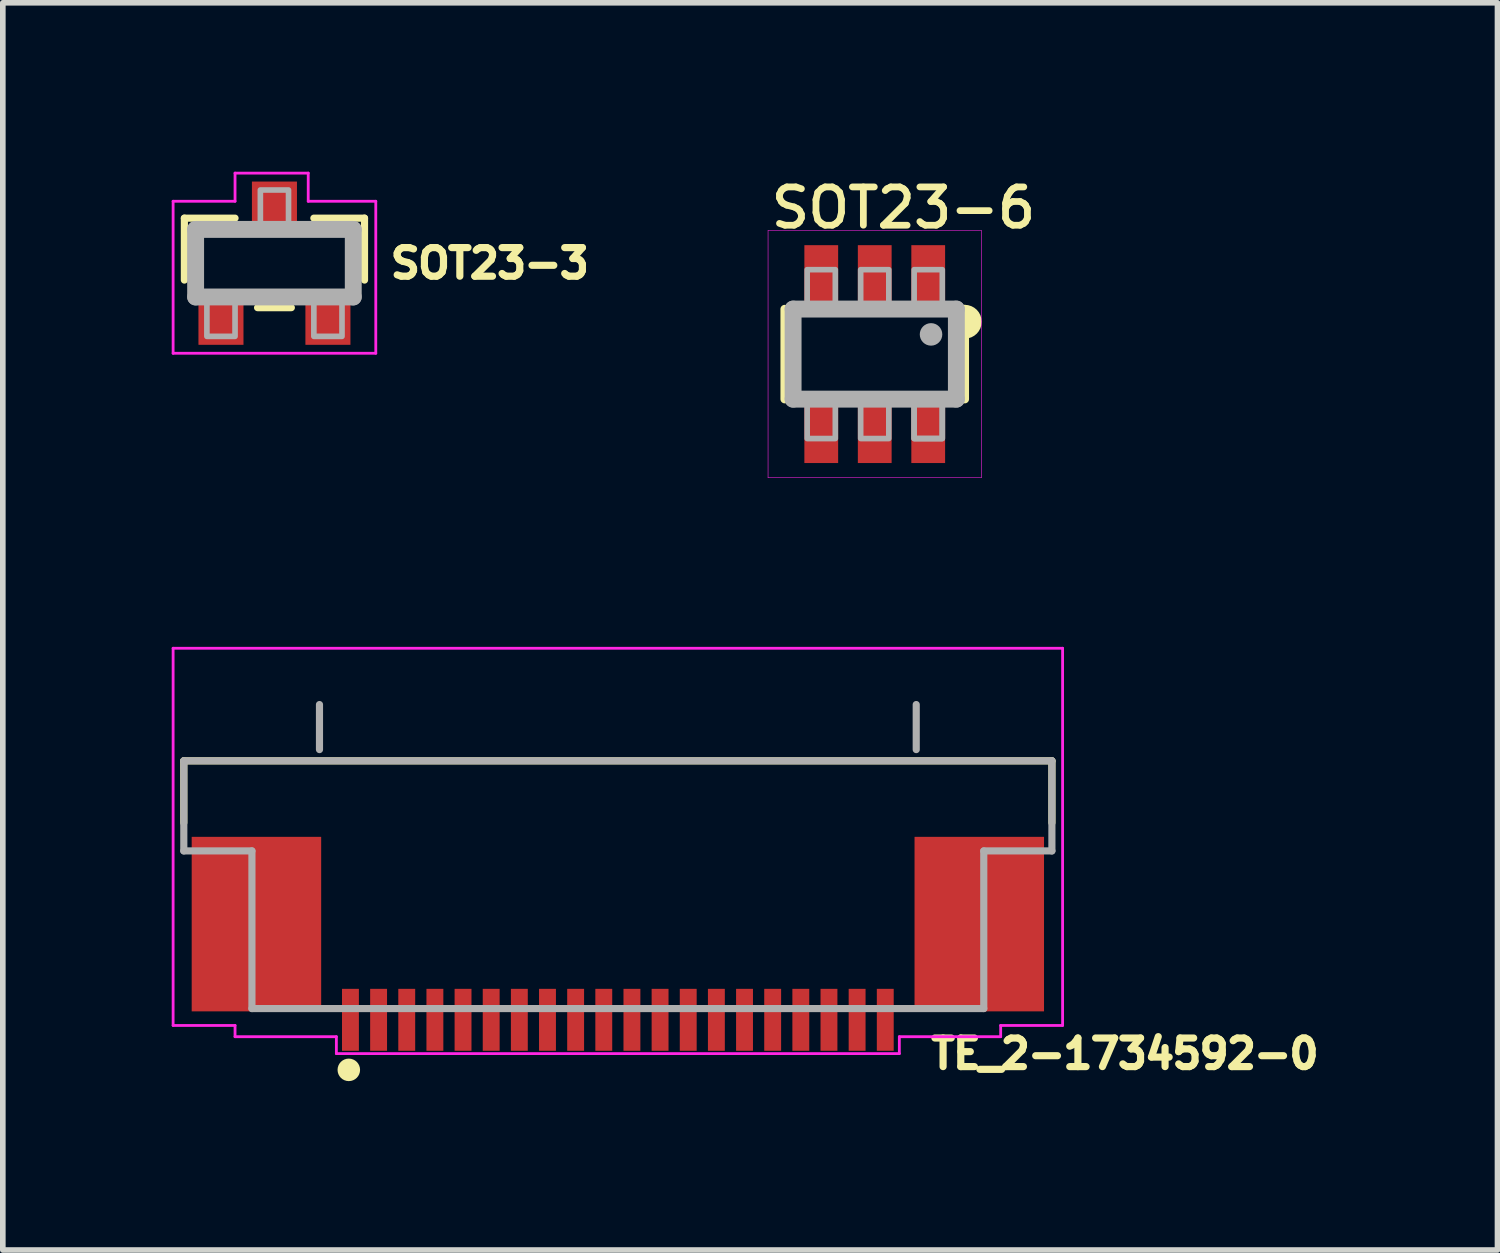
<source format=kicad_pcb>
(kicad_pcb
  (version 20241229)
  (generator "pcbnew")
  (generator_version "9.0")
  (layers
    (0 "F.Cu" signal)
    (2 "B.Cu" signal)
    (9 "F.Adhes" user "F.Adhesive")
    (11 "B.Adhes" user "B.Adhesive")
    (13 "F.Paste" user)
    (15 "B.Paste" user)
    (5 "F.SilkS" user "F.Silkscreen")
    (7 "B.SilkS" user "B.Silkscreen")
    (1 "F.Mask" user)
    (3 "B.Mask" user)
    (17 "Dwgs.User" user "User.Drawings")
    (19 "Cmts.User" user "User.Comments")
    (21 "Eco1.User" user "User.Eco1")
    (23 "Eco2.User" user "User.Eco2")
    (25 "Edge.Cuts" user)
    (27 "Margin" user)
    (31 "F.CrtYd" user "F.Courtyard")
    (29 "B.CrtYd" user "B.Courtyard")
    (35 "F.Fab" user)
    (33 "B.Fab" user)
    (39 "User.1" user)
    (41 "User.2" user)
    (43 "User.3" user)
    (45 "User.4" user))
  (footprint "SOT23-6"
    (layer "F.Cu")
    (at 12.488 3.24)
    (property "Reference" "SOT23-6" (at -1.9 -2.2 0) (layer "F.SilkS") (effects (font (size 0.68 0.68) (thickness 0.12)) (justify left bottom)))
    (fp_poly (pts (xy -1.32 -0.755) (xy -0.58 -0.755) (xy -0.58 -1.945) (xy -1.32 -1.945)) (stroke (width 0) (type default)) (fill yes) (layer "F.Mask"))
    (fp_poly (pts (xy -1.32 1.945) (xy -0.58 1.945) (xy -0.58 0.755) (xy -1.32 0.755)) (stroke (width 0) (type default)) (fill yes) (layer "F.Mask"))
    (fp_poly (pts (xy -0.37 -0.755) (xy 0.37 -0.755) (xy 0.37 -1.945) (xy -0.37 -1.945)) (stroke (width 0) (type default)) (fill yes) (layer "F.Mask"))
    (fp_poly (pts (xy -0.37 1.945) (xy 0.37 1.945) (xy 0.37 0.755) (xy -0.37 0.755)) (stroke (width 0) (type default)) (fill yes) (layer "F.Mask"))
    (fp_poly (pts (xy 0.58 -0.755) (xy 1.32 -0.755) (xy 1.32 -1.945) (xy 0.58 -1.945)) (stroke (width 0) (type default)) (fill yes) (layer "F.Mask"))
    (fp_poly (pts (xy 0.58 1.945) (xy 1.32 1.945) (xy 1.32 0.755) (xy 0.58 0.755)) (stroke (width 0) (type default)) (fill yes) (layer "F.Mask"))
    (fp_line (start -1.6 0.8) (end -1.6 -0.8) (stroke (width 0.15) (type solid)) (layer "F.SilkS"))
    (fp_line (start 1.6 -0.8) (end 1.6 -0.725) (stroke (width 0.15) (type solid)) (layer "F.SilkS"))
    (fp_line (start 1.6 -0.725) (end 1.6 -0.425) (stroke (width 0.15) (type solid)) (layer "F.SilkS"))
    (fp_line (start 1.6 -0.425) (end 1.6 0.8) (stroke (width 0.15) (type solid)) (layer "F.SilkS"))
    (fp_arc (start 1.6 -0.725) (mid 1.75 -0.575) (end 1.6 -0.425) (stroke (width 0.3) (type solid)) (layer "F.SilkS"))
    (fp_poly (pts (xy -1.225 -0.85) (xy -0.675 -0.85) (xy -0.675 -1.85) (xy -1.225 -1.85)) (stroke (width 0) (type default)) (fill yes) (layer "F.Paste"))
    (fp_poly (pts (xy -1.225 1.85) (xy -0.675 1.85) (xy -0.675 0.85) (xy -1.225 0.85)) (stroke (width 0) (type default)) (fill yes) (layer "F.Paste"))
    (fp_poly (pts (xy -0.275 -0.85) (xy 0.275 -0.85) (xy 0.275 -1.85) (xy -0.275 -1.85)) (stroke (width 0) (type default)) (fill yes) (layer "F.Paste"))
    (fp_poly (pts (xy -0.275 1.85) (xy 0.275 1.85) (xy 0.275 0.85) (xy -0.275 0.85)) (stroke (width 0) (type default)) (fill yes) (layer "F.Paste"))
    (fp_poly (pts (xy 0.675 -0.85) (xy 1.225 -0.85) (xy 1.225 -1.85) (xy 0.675 -1.85)) (stroke (width 0) (type default)) (fill yes) (layer "F.Paste"))
    (fp_poly (pts (xy 0.675 1.85) (xy 1.225 1.85) (xy 1.225 0.85) (xy 0.675 0.85)) (stroke (width 0) (type default)) (fill yes) (layer "F.Paste"))
    (fp_line (start -1.895 -2.195) (end -1.895 2.195) (stroke (width 0.01) (type solid)) (layer "F.CrtYd"))
    (fp_line (start -1.895 2.195) (end 1.895 2.195) (stroke (width 0.01) (type solid)) (layer "F.CrtYd"))
    (fp_line (start 1.895 -2.195) (end -1.895 -2.195) (stroke (width 0.01) (type solid)) (layer "F.CrtYd"))
    (fp_line (start 1.895 2.195) (end 1.895 -2.195) (stroke (width 0.01) (type solid)) (layer "F.CrtYd"))
    (fp_line (start -1.45 -0.8) (end 1.45 -0.8) (stroke (width 0.3) (type solid)) (layer "F.Fab"))
    (fp_line (start -1.45 0.8) (end -1.45 -0.8) (stroke (width 0.3) (type solid)) (layer "F.Fab"))
    (fp_line (start 1.45 -0.8) (end 1.45 0.8) (stroke (width 0.3) (type solid)) (layer "F.Fab"))
    (fp_line (start 1.45 0.8) (end -1.45 0.8) (stroke (width 0.3) (type solid)) (layer "F.Fab"))
    (fp_circle (center 1 -0.35) (end 1.1 -0.35) (stroke (width 0.2) (type solid)) (fill no) (layer "F.Fab"))
    (fp_poly (pts (xy -1.2 -0.8) (xy -0.7 -0.8) (xy -0.7 -1.5) (xy -1.2 -1.5)) (stroke (width 0.1) (type default)) (fill no) (layer "F.Fab"))
    (fp_poly (pts (xy -1.2 1.5) (xy -0.7 1.5) (xy -0.7 0.8) (xy -1.2 0.8)) (stroke (width 0.1) (type default)) (fill no) (layer "F.Fab"))
    (fp_poly (pts (xy -0.25 -0.8) (xy 0.25 -0.8) (xy 0.25 -1.5) (xy -0.25 -1.5)) (stroke (width 0.1) (type default)) (fill no) (layer "F.Fab"))
    (fp_poly (pts (xy -0.25 1.5) (xy 0.25 1.5) (xy 0.25 0.8) (xy -0.25 0.8)) (stroke (width 0.1) (type default)) (fill no) (layer "F.Fab"))
    (fp_poly (pts (xy 0.7 -0.8) (xy 1.2 -0.8) (xy 1.2 -1.5) (xy 0.7 -1.5)) (stroke (width 0.1) (type default)) (fill no) (layer "F.Fab"))
    (fp_poly (pts (xy 0.7 1.5) (xy 1.2 1.5) (xy 1.2 0.8) (xy 0.7 0.8)) (stroke (width 0.1) (type default)) (fill no) (layer "F.Fab"))
    (fp_poly (pts (xy 0.7 1.5) (xy 1.2 1.5) (xy 1.2 0.8) (xy 0.7 0.8)) (stroke (width 0.1) (type default)) (fill no) (layer "F.Fab"))
    (pad "1" smd rect (at 0.95 -1.31) (size 0.6 1.25) (layers "F.Cu"))
    (pad "2" smd rect (at 0 -1.31) (size 0.6 1.25) (layers "F.Cu"))
    (pad "3" smd rect (at -0.95 -1.31) (size 0.6 1.25) (layers "F.Cu"))
    (pad "4" smd rect (at -0.95 1.31) (size 0.6 1.25) (layers "F.Cu"))
    (pad "5" smd rect (at 0 1.31) (size 0.6 1.25) (layers "F.Cu"))
    (pad "6" smd rect (at 0.95 1.31 180) (size 0.6 1.25) (layers "F.Cu")))
  (footprint "SOT23-3"
    (layer "F.Cu")
    (at 1.825 1.625)
    (property "Reference" "SOT23-3" (at 2 0.3 0) (layer "F.SilkS") (effects (font (size 0.508 0.508) (thickness 0.127)) (justify left bottom)))
    (fp_poly (pts (xy -1.45 1.545) (xy -0.455 1.545) (xy -0.455 0.455) (xy -1.45 0.455)) (stroke (width 0) (type default)) (fill yes) (layer "F.Mask"))
    (fp_poly (pts (xy -0.5 -0.455) (xy 0.5 -0.455) (xy 0.5 -1.55) (xy -0.5 -1.55)) (stroke (width 0) (type default)) (fill yes) (layer "F.Mask"))
    (fp_poly (pts (xy 0.455 1.545) (xy 1.455 1.545) (xy 1.455 0.445) (xy 0.455 0.445)) (stroke (width 0) (type default)) (fill yes) (layer "F.Mask"))
    (fp_line (start -1.6 -0.8) (end -0.7 -0.8) (stroke (width 0.127) (type solid)) (layer "F.SilkS"))
    (fp_line (start -1.6 0.3) (end -1.6 -0.8) (stroke (width 0.127) (type solid)) (layer "F.SilkS"))
    (fp_line (start -0.3 0.79) (end 0.3 0.79) (stroke (width 0.127) (type solid)) (layer "F.SilkS"))
    (fp_line (start 1.6 -0.8) (end 0.7 -0.8) (stroke (width 0.127) (type solid)) (layer "F.SilkS"))
    (fp_line (start 1.6 0.3) (end 1.6 -0.8) (stroke (width 0.127) (type solid)) (layer "F.SilkS"))
    (fp_line (start -1.8 -1.1) (end -1.8 1.6) (stroke (width 0.05) (type solid)) (layer "F.CrtYd"))
    (fp_line (start -1.8 1.6) (end 1.8 1.6) (stroke (width 0.05) (type solid)) (layer "F.CrtYd"))
    (fp_line (start -0.7 -1.6) (end -0.7 -1.1) (stroke (width 0.05) (type solid)) (layer "F.CrtYd"))
    (fp_line (start -0.7 -1.1) (end -1.8 -1.1) (stroke (width 0.05) (type solid)) (layer "F.CrtYd"))
    (fp_line (start 0.6 -1.6) (end -0.7 -1.6) (stroke (width 0.05) (type solid)) (layer "F.CrtYd"))
    (fp_line (start 0.6 -1.1) (end 0.6 -1.6) (stroke (width 0.05) (type solid)) (layer "F.CrtYd"))
    (fp_line (start 1.8 -1.1) (end 0.6 -1.1) (stroke (width 0.05) (type solid)) (layer "F.CrtYd"))
    (fp_line (start 1.8 1.6) (end 1.8 -1.1) (stroke (width 0.05) (type solid)) (layer "F.CrtYd"))
    (fp_line (start -1.4 -0.6) (end -1.4 0.6) (stroke (width 0.3) (type solid)) (layer "F.Fab"))
    (fp_line (start -1.4 0.6) (end 1.4 0.6) (stroke (width 0.3) (type solid)) (layer "F.Fab"))
    (fp_line (start 1.4 -0.6) (end -1.4 -0.6) (stroke (width 0.3) (type solid)) (layer "F.Fab"))
    (fp_line (start 1.4 0.6) (end 1.4 -0.6) (stroke (width 0.3) (type solid)) (layer "F.Fab"))
    (fp_poly (pts (xy -1.2 1.3) (xy -0.7 1.3) (xy -0.7 0.65) (xy -1.2 0.65)) (stroke (width 0.1) (type default)) (fill no) (layer "F.Fab"))
    (fp_poly (pts (xy -0.25 -0.65) (xy 0.25 -0.65) (xy 0.25 -1.3) (xy -0.25 -1.3)) (stroke (width 0.1) (type default)) (fill no) (layer "F.Fab"))
    (fp_poly (pts (xy 0.7 1.3) (xy 1.2 1.3) (xy 1.2 0.65) (xy 0.7 0.65)) (stroke (width 0.1) (type default)) (fill no) (layer "F.Fab"))
    (pad "1" smd rect (at -0.95 1) (size 0.8 0.9) (layers "F.Cu" "F.Paste"))
    (pad "2" smd rect (at 0.95 1) (size 0.8 0.9) (layers "F.Cu" "F.Paste"))
    (pad "3" smd rect (at 0 -1) (size 0.8 0.9) (layers "F.Cu" "F.Paste")))
  (footprint "TE_2-1734592-0"
    (layer "F.Cu")
    (at 7.925 13.365)
    (property "Reference" "TE_2-1734592-0" (at 5.5 2.6 0) (layer "F.SilkS") (effects (font (size 0.508 0.508) (thickness 0.127)) (justify left bottom)))
    (fp_line (start -7.71 -2.9) (end -7.71 -1.8) (stroke (width 0.127) (type solid)) (layer "F.SilkS"))
    (fp_line (start 7.71 -2.9) (end -7.71 -2.9) (stroke (width 0.127) (type solid)) (layer "F.SilkS"))
    (fp_line (start 7.71 -1.8) (end 7.71 -2.9) (stroke (width 0.127) (type solid)) (layer "F.SilkS"))
    (fp_circle (center -4.779 2.589) (end -4.679 2.589) (stroke (width 0.2) (type solid)) (fill no) (layer "F.SilkS"))
    (fp_poly (pts (xy -7.2 1.1) (xy -5.6 1.1) (xy -5.6 -1.1) (xy -7.2 -1.1)) (stroke (width 0) (type default)) (fill yes) (layer "F.Paste"))
    (fp_poly (pts (xy 5.7 1.1) (xy 7.3 1.1) (xy 7.3 -1.1) (xy 5.7 -1.1)) (stroke (width 0) (type default)) (fill yes) (layer "F.Paste"))
    (fp_line (start -7.9 -4.9) (end -7.9 1.8) (stroke (width 0.05) (type solid)) (layer "F.CrtYd"))
    (fp_line (start -6.8 1.8) (end -7.9 1.8) (stroke (width 0.05) (type solid)) (layer "F.CrtYd"))
    (fp_line (start -6.8 2) (end -6.8 1.8) (stroke (width 0.05) (type solid)) (layer "F.CrtYd"))
    (fp_line (start -5 2) (end -6.8 2) (stroke (width 0.05) (type solid)) (layer "F.CrtYd"))
    (fp_line (start -5 2.3) (end -5 2) (stroke (width 0.05) (type solid)) (layer "F.CrtYd"))
    (fp_line (start -5 2.3) (end 5 2.3) (stroke (width 0.05) (type solid)) (layer "F.CrtYd"))
    (fp_line (start 5 2) (end 5 2.3) (stroke (width 0.05) (type solid)) (layer "F.CrtYd"))
    (fp_line (start 6.8 1.8) (end 6.8 2) (stroke (width 0.05) (type solid)) (layer "F.CrtYd"))
    (fp_line (start 6.8 2) (end 5 2) (stroke (width 0.05) (type solid)) (layer "F.CrtYd"))
    (fp_line (start 7.9 -4.9) (end -7.9 -4.9) (stroke (width 0.05) (type solid)) (layer "F.CrtYd"))
    (fp_line (start 7.9 1.8) (end 6.8 1.8) (stroke (width 0.05) (type solid)) (layer "F.CrtYd"))
    (fp_line (start 7.9 1.8) (end 7.9 -4.9) (stroke (width 0.05) (type solid)) (layer "F.CrtYd"))
    (fp_line (start -7.71 -1.3) (end -7.71 -2.9) (stroke (width 0.127) (type solid)) (layer "F.Fab"))
    (fp_line (start -6.5 -1.3) (end -7.71 -1.3) (stroke (width 0.127) (type solid)) (layer "F.Fab"))
    (fp_line (start -6.5 1.5) (end -6.5 -1.3) (stroke (width 0.127) (type solid)) (layer "F.Fab"))
    (fp_line (start -5.3 -3.1) (end -5.3 -3.9) (stroke (width 0.127) (type solid)) (layer "F.Fab"))
    (fp_line (start 5.3 -3.1) (end 5.3 -3.9) (stroke (width 0.127) (type solid)) (layer "F.Fab"))
    (fp_line (start 6.5 -1.3) (end 7.71 -1.3) (stroke (width 0.127) (type solid)) (layer "F.Fab"))
    (fp_line (start 6.5 1.5) (end -6.5 1.5) (stroke (width 0.127) (type solid)) (layer "F.Fab"))
    (fp_line (start 6.5 1.5) (end 6.5 -1.3) (stroke (width 0.127) (type solid)) (layer "F.Fab"))
    (fp_line (start 7.71 -2.9) (end -7.71 -2.9) (stroke (width 0.127) (type solid)) (layer "F.Fab"))
    (fp_line (start 7.71 -1.3) (end 7.71 -2.9) (stroke (width 0.127) (type solid)) (layer "F.Fab"))
    (pad "1" smd rect (at -4.75 1.7 90) (size 1.1 0.3) (layers "F.Cu" "F.Mask" "F.Paste"))
    (pad "2" smd rect (at -4.25 1.7 90) (size 1.1 0.3) (layers "F.Cu" "F.Mask" "F.Paste"))
    (pad "3" smd rect (at -3.75 1.7 90) (size 1.1 0.3) (layers "F.Cu" "F.Mask" "F.Paste"))
    (pad "4" smd rect (at -3.25 1.7 90) (size 1.1 0.3) (layers "F.Cu" "F.Mask" "F.Paste"))
    (pad "5" smd rect (at -2.75 1.7 90) (size 1.1 0.3) (layers "F.Cu" "F.Mask" "F.Paste"))
    (pad "6" smd rect (at -2.25 1.7 90) (size 1.1 0.3) (layers "F.Cu" "F.Mask" "F.Paste"))
    (pad "7" smd rect (at -1.75 1.7 90) (size 1.1 0.3) (layers "F.Cu" "F.Mask" "F.Paste"))
    (pad "8" smd rect (at -1.25 1.7 90) (size 1.1 0.3) (layers "F.Cu" "F.Mask" "F.Paste"))
    (pad "9" smd rect (at -0.75 1.7 90) (size 1.1 0.3) (layers "F.Cu" "F.Mask" "F.Paste"))
    (pad "10" smd rect (at -0.25 1.7 90) (size 1.1 0.3) (layers "F.Cu" "F.Mask" "F.Paste"))
    (pad "11" smd rect (at 0.25 1.7 90) (size 1.1 0.3) (layers "F.Cu" "F.Mask" "F.Paste"))
    (pad "12" smd rect (at 0.75 1.7 90) (size 1.1 0.3) (layers "F.Cu" "F.Mask" "F.Paste"))
    (pad "13" smd rect (at 1.25 1.7 90) (size 1.1 0.3) (layers "F.Cu" "F.Mask" "F.Paste"))
    (pad "14" smd rect (at 1.75 1.7 90) (size 1.1 0.3) (layers "F.Cu" "F.Mask" "F.Paste"))
    (pad "15" smd rect (at 2.25 1.7 90) (size 1.1 0.3) (layers "F.Cu" "F.Mask" "F.Paste"))
    (pad "16" smd rect (at 2.75 1.7 90) (size 1.1 0.3) (layers "F.Cu" "F.Mask" "F.Paste"))
    (pad "17" smd rect (at 3.25 1.7 90) (size 1.1 0.3) (layers "F.Cu" "F.Mask" "F.Paste"))
    (pad "18" smd rect (at 3.75 1.7 90) (size 1.1 0.3) (layers "F.Cu" "F.Mask" "F.Paste"))
    (pad "19" smd rect (at 4.25 1.7 90) (size 1.1 0.3) (layers "F.Cu" "F.Mask" "F.Paste"))
    (pad "20" smd rect (at 4.75 1.7 90) (size 1.1 0.3) (layers "F.Cu" "F.Mask" "F.Paste"))
    (pad "PAD1" smd rect (at 6.42 0 180) (size 2.3 3.1) (layers "F.Cu" "F.Mask"))
    (pad "PAD2" smd rect (at -6.42 0 180) (size 2.3 3.1) (layers "F.Cu" "F.Mask")))
  (gr_rect
    (start -3 -3)
    (end 23.55 19.154)
    (stroke (width 0.1) (type default))
    (fill no)
    (layer "Edge.Cuts")))
</source>
